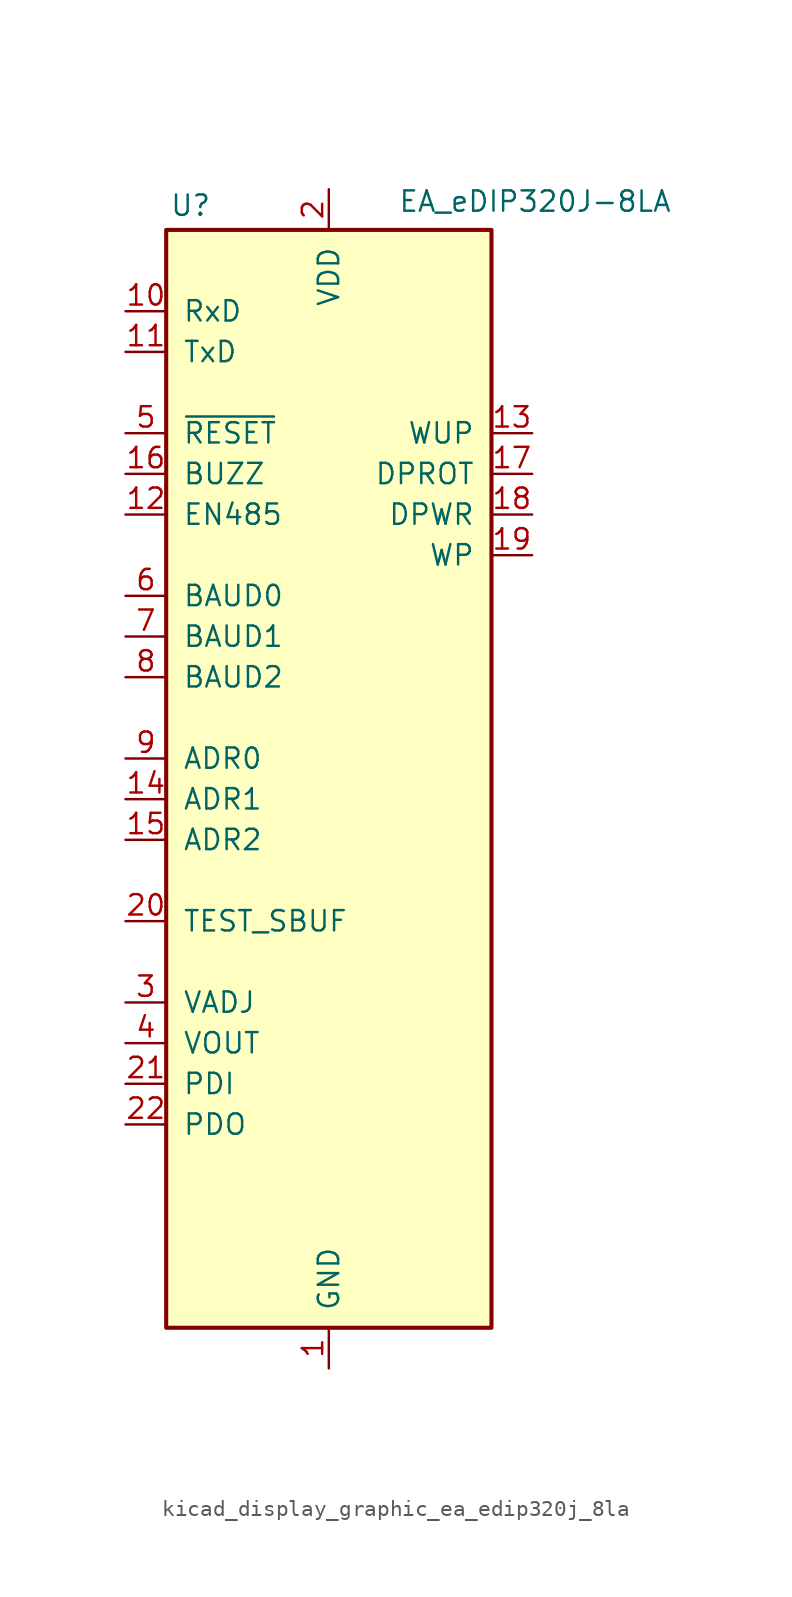
<source format=kicad_sym>
(kicad_symbol_lib
  (version 20220914)
  (generator kicad_symbol_editor)
  (symbol "kicad_display_graphic_ea_edip320j_8la"
    (pin_names
      (offset 1.016))
    (property "Reference" "U"
      (at -8.636 29.464 0)
      (effects (font (size 1.27 1.27))))
    (property "Value" "EA_eDIP320J-8LA"
      (at 4.318 29.718 0)
      (effects (font (size 1.27 1.27)) (justify left)))
    (symbol "kicad_display_graphic_ea_edip320j_8la_0_1"
      (rectangle (start -10.16 27.94) (end 10.16 -40.64) (stroke (width 0.254) (type default)) (fill (type background))))
    (symbol "kicad_display_graphic_ea_edip320j_8la_1_1"
      (pin power_in line (at 0 -43.18 90) (length 2.54) (name "GND" (effects (font (size 1.27 1.27)))) (number "1" (effects (font (size 1.27 1.27)))))
      (pin input line (at -12.7 22.86 0) (length 2.54) (name "RxD" (effects (font (size 1.27 1.27)))) (number "10" (effects (font (size 1.27 1.27)))))
      (pin output line (at -12.7 20.32 0) (length 2.54) (name "TxD" (effects (font (size 1.27 1.27)))) (number "11" (effects (font (size 1.27 1.27)))))
      (pin output line (at -12.7 10.16 0) (length 2.54) (name "EN485" (effects (font (size 1.27 1.27)))) (number "12" (effects (font (size 1.27 1.27)))))
      (pin input line (at 12.7 15.24 180) (length 2.54) (name "WUP" (effects (font (size 1.27 1.27)))) (number "13" (effects (font (size 1.27 1.27)))))
      (pin input line (at -12.7 -7.62 0) (length 2.54) (name "ADR1" (effects (font (size 1.27 1.27)))) (number "14" (effects (font (size 1.27 1.27)))))
      (pin input line (at -12.7 -10.16 0) (length 2.54) (name "ADR2" (effects (font (size 1.27 1.27)))) (number "15" (effects (font (size 1.27 1.27)))))
      (pin output line (at -12.7 12.7 0) (length 2.54) (name "BUZZ" (effects (font (size 1.27 1.27)))) (number "16" (effects (font (size 1.27 1.27)))))
      (pin input line (at 12.7 12.7 180) (length 2.54) (name "DPROT" (effects (font (size 1.27 1.27)))) (number "17" (effects (font (size 1.27 1.27)))))
      (pin output line (at 12.7 10.16 180) (length 2.54) (name "DPWR" (effects (font (size 1.27 1.27)))) (number "18" (effects (font (size 1.27 1.27)))))
      (pin input line (at 12.7 7.62 180) (length 2.54) (name "WP" (effects (font (size 1.27 1.27)))) (number "19" (effects (font (size 1.27 1.27)))))
      (pin power_in line (at 0 30.48 270) (length 2.54) (name "VDD" (effects (font (size 1.27 1.27)))) (number "2" (effects (font (size 1.27 1.27)))))
      (pin open_collector line (at -12.7 -15.24 0) (length 2.54) (name "TEST_SBUF" (effects (font (size 1.27 1.27)))) (number "20" (effects (font (size 1.27 1.27)))))
      (pin input line (at -12.7 -25.4 0) (length 2.54) (name "PDI" (effects (font (size 1.27 1.27)))) (number "21" (effects (font (size 1.27 1.27)))))
      (pin output line (at -12.7 -27.94 0) (length 2.54) (name "PDO" (effects (font (size 1.27 1.27)))) (number "22" (effects (font (size 1.27 1.27)))))
      (pin no_connect line (at -10.16 -30.48 0) (length 2.54) hide (name "NC" (effects (font (size 1.27 1.27)))) (number "23" (effects (font (size 1.27 1.27)))))
      (pin no_connect line (at -10.16 -33.02 0) (length 2.54) hide (name "NC" (effects (font (size 1.27 1.27)))) (number "24" (effects (font (size 1.27 1.27)))))
      (pin no_connect line (at -10.16 -35.56 0) (length 2.54) hide (name "NC" (effects (font (size 1.27 1.27)))) (number "25" (effects (font (size 1.27 1.27)))))
      (pin no_connect line (at -10.16 -38.1 0) (length 2.54) hide (name "NC" (effects (font (size 1.27 1.27)))) (number "26" (effects (font (size 1.27 1.27)))))
      (pin no_connect line (at 10.16 25.4 180) (length 2.54) hide (name "NC" (effects (font (size 1.27 1.27)))) (number "27" (effects (font (size 1.27 1.27)))))
      (pin no_connect line (at 10.16 22.86 180) (length 2.54) hide (name "NC" (effects (font (size 1.27 1.27)))) (number "28" (effects (font (size 1.27 1.27)))))
      (pin no_connect line (at 10.16 20.32 180) (length 2.54) hide (name "NC" (effects (font (size 1.27 1.27)))) (number "29" (effects (font (size 1.27 1.27)))))
      (pin input line (at -12.7 -20.32 0) (length 2.54) (name "VADJ" (effects (font (size 1.27 1.27)))) (number "3" (effects (font (size 1.27 1.27)))))
      (pin no_connect line (at 10.16 17.78 180) (length 2.54) hide (name "NC" (effects (font (size 1.27 1.27)))) (number "30" (effects (font (size 1.27 1.27)))))
      (pin no_connect line (at 10.16 5.08 180) (length 2.54) hide (name "NC" (effects (font (size 1.27 1.27)))) (number "31" (effects (font (size 1.27 1.27)))))
      (pin no_connect line (at 10.16 2.54 180) (length 2.54) hide (name "NC" (effects (font (size 1.27 1.27)))) (number "32" (effects (font (size 1.27 1.27)))))
      (pin no_connect line (at 10.16 0 180) (length 2.54) hide (name "NC" (effects (font (size 1.27 1.27)))) (number "33" (effects (font (size 1.27 1.27)))))
      (pin no_connect line (at 10.16 -2.54 180) (length 2.54) hide (name "NC" (effects (font (size 1.27 1.27)))) (number "34" (effects (font (size 1.27 1.27)))))
      (pin no_connect line (at 10.16 -5.08 180) (length 2.54) hide (name "NC" (effects (font (size 1.27 1.27)))) (number "35" (effects (font (size 1.27 1.27)))))
      (pin no_connect line (at 10.16 -7.62 180) (length 2.54) hide (name "NC" (effects (font (size 1.27 1.27)))) (number "36" (effects (font (size 1.27 1.27)))))
      (pin no_connect line (at 10.16 -10.16 180) (length 2.54) hide (name "NC" (effects (font (size 1.27 1.27)))) (number "37" (effects (font (size 1.27 1.27)))))
      (pin no_connect line (at 10.16 -12.7 180) (length 2.54) hide (name "NC" (effects (font (size 1.27 1.27)))) (number "38" (effects (font (size 1.27 1.27)))))
      (pin no_connect line (at 10.16 -15.24 180) (length 2.54) hide (name "NC" (effects (font (size 1.27 1.27)))) (number "39" (effects (font (size 1.27 1.27)))))
      (pin output line (at -12.7 -22.86 0) (length 2.54) (name "VOUT" (effects (font (size 1.27 1.27)))) (number "4" (effects (font (size 1.27 1.27)))))
      (pin no_connect line (at 10.16 -17.78 180) (length 2.54) hide (name "NC" (effects (font (size 1.27 1.27)))) (number "40" (effects (font (size 1.27 1.27)))))
      (pin no_connect line (at 10.16 -20.32 180) (length 2.54) hide (name "NC" (effects (font (size 1.27 1.27)))) (number "41" (effects (font (size 1.27 1.27)))))
      (pin no_connect line (at 10.16 -22.86 180) (length 2.54) hide (name "NC" (effects (font (size 1.27 1.27)))) (number "42" (effects (font (size 1.27 1.27)))))
      (pin no_connect line (at 10.16 -25.4 180) (length 2.54) hide (name "NC" (effects (font (size 1.27 1.27)))) (number "43" (effects (font (size 1.27 1.27)))))
      (pin no_connect line (at 10.16 -27.94 180) (length 2.54) hide (name "NC" (effects (font (size 1.27 1.27)))) (number "44" (effects (font (size 1.27 1.27)))))
      (pin no_connect line (at 10.16 -30.48 180) (length 2.54) hide (name "NC" (effects (font (size 1.27 1.27)))) (number "45" (effects (font (size 1.27 1.27)))))
      (pin no_connect line (at 10.16 -33.02 180) (length 2.54) hide (name "NC" (effects (font (size 1.27 1.27)))) (number "46" (effects (font (size 1.27 1.27)))))
      (pin no_connect line (at 10.16 -35.56 180) (length 2.54) hide (name "NC" (effects (font (size 1.27 1.27)))) (number "47" (effects (font (size 1.27 1.27)))))
      (pin input line (at -12.7 15.24 0) (length 2.54) (name "~{RESET}" (effects (font (size 1.27 1.27)))) (number "5" (effects (font (size 1.27 1.27)))))
      (pin input line (at -12.7 5.08 0) (length 2.54) (name "BAUD0" (effects (font (size 1.27 1.27)))) (number "6" (effects (font (size 1.27 1.27)))))
      (pin input line (at -12.7 2.54 0) (length 2.54) (name "BAUD1" (effects (font (size 1.27 1.27)))) (number "7" (effects (font (size 1.27 1.27)))))
      (pin no_connect line (at 10.16 -38.1 180) (length 2.54) hide (name "NC" (effects (font (size 1.27 1.27)))) (number "78" (effects (font (size 1.27 1.27)))))
      (pin input line (at -12.7 0 0) (length 2.54) (name "BAUD2" (effects (font (size 1.27 1.27)))) (number "8" (effects (font (size 1.27 1.27)))))
      (pin input line (at -12.7 -5.08 0) (length 2.54) (name "ADR0" (effects (font (size 1.27 1.27)))) (number "9" (effects (font (size 1.27 1.27))))))))
</source>
